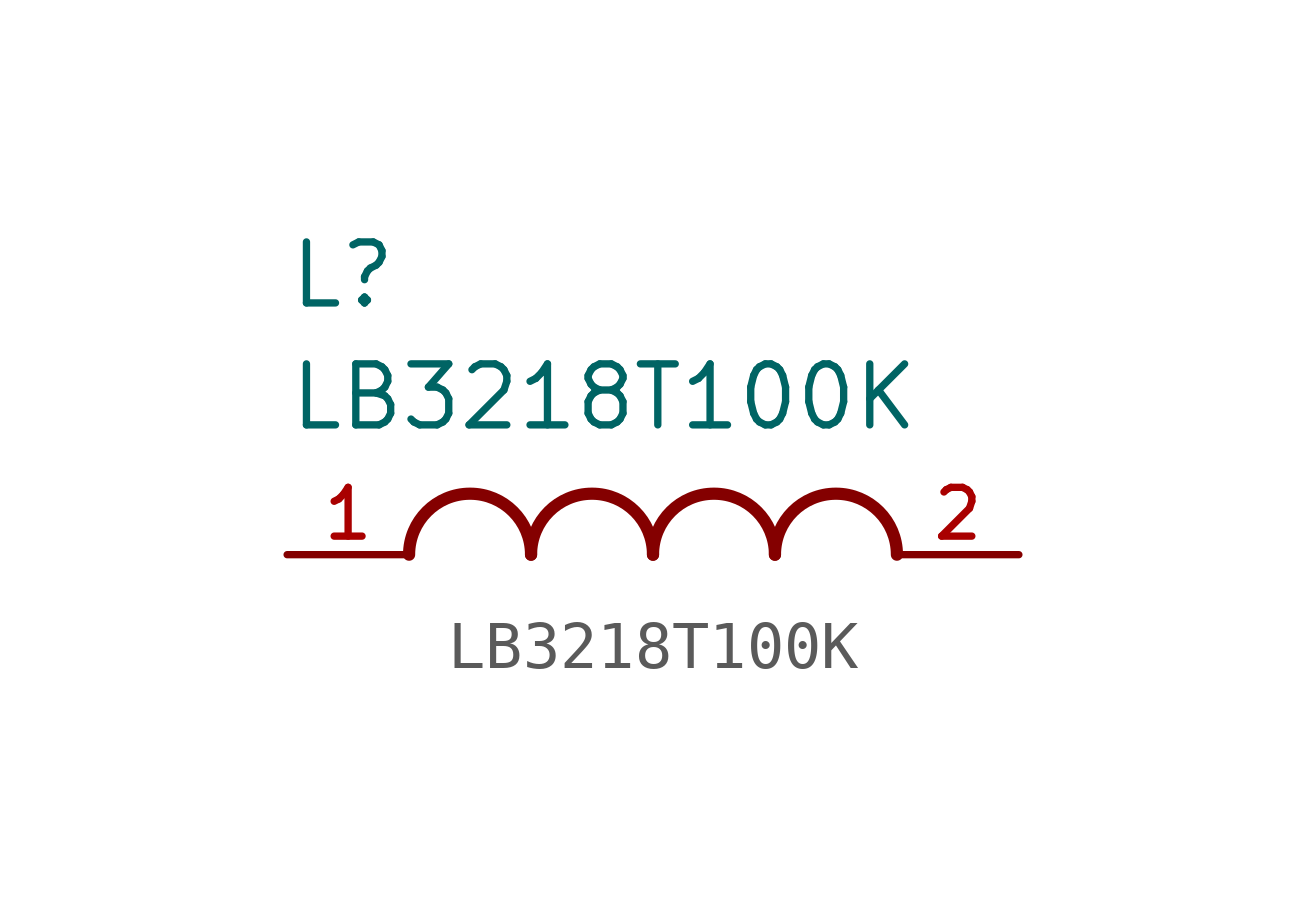
<source format=kicad_sym>
(kicad_symbol_lib
  (version 20211014)
  (generator kicad_symbol_editor)
  (symbol "LB3218T100K"
    (pin_names
      (offset 1.016))
    (property "Reference" "L"
      (at -7.62 5.08 0)
      (effects (font (size 1.27 1.27)) (justify bottom left)))
    (property "Value" "LB3218T100K"
      (at -7.62 2.54 0)
      (effects (font (size 1.27 1.27)) (justify bottom left)))
    (symbol "LB3218T100K_0_0"
      (arc (start -2.54 0.0) (mid -3.81 1.27) (end -5.08 0.0) (stroke (width 0.254) (type default) (color 0 0 0 0)) (fill (type none)))
      (arc (start 0.0 0.0) (mid -1.27 1.27) (end -2.54 0.0) (stroke (width 0.254) (type default) (color 0 0 0 0)) (fill (type none)))
      (arc (start 2.54 0.0) (mid 1.27 1.27) (end 0.0 0.0) (stroke (width 0.254) (type default) (color 0 0 0 0)) (fill (type none)))
      (arc (start 5.08 0.0) (mid 3.81 1.27) (end 2.54 0.0) (stroke (width 0.254) (type default) (color 0 0 0 0)) (fill (type none)))
      (pin passive line (at -7.62 0.0 0) (length 2.54) (name "~" (effects (font (size 1.016 1.016)))) (number "1" (effects (font (size 1.016 1.016)))))
      (pin passive line (at 7.62 0.0 180.0) (length 2.54) (name "~" (effects (font (size 1.016 1.016)))) (number "2" (effects (font (size 1.016 1.016))))))))
</source>
